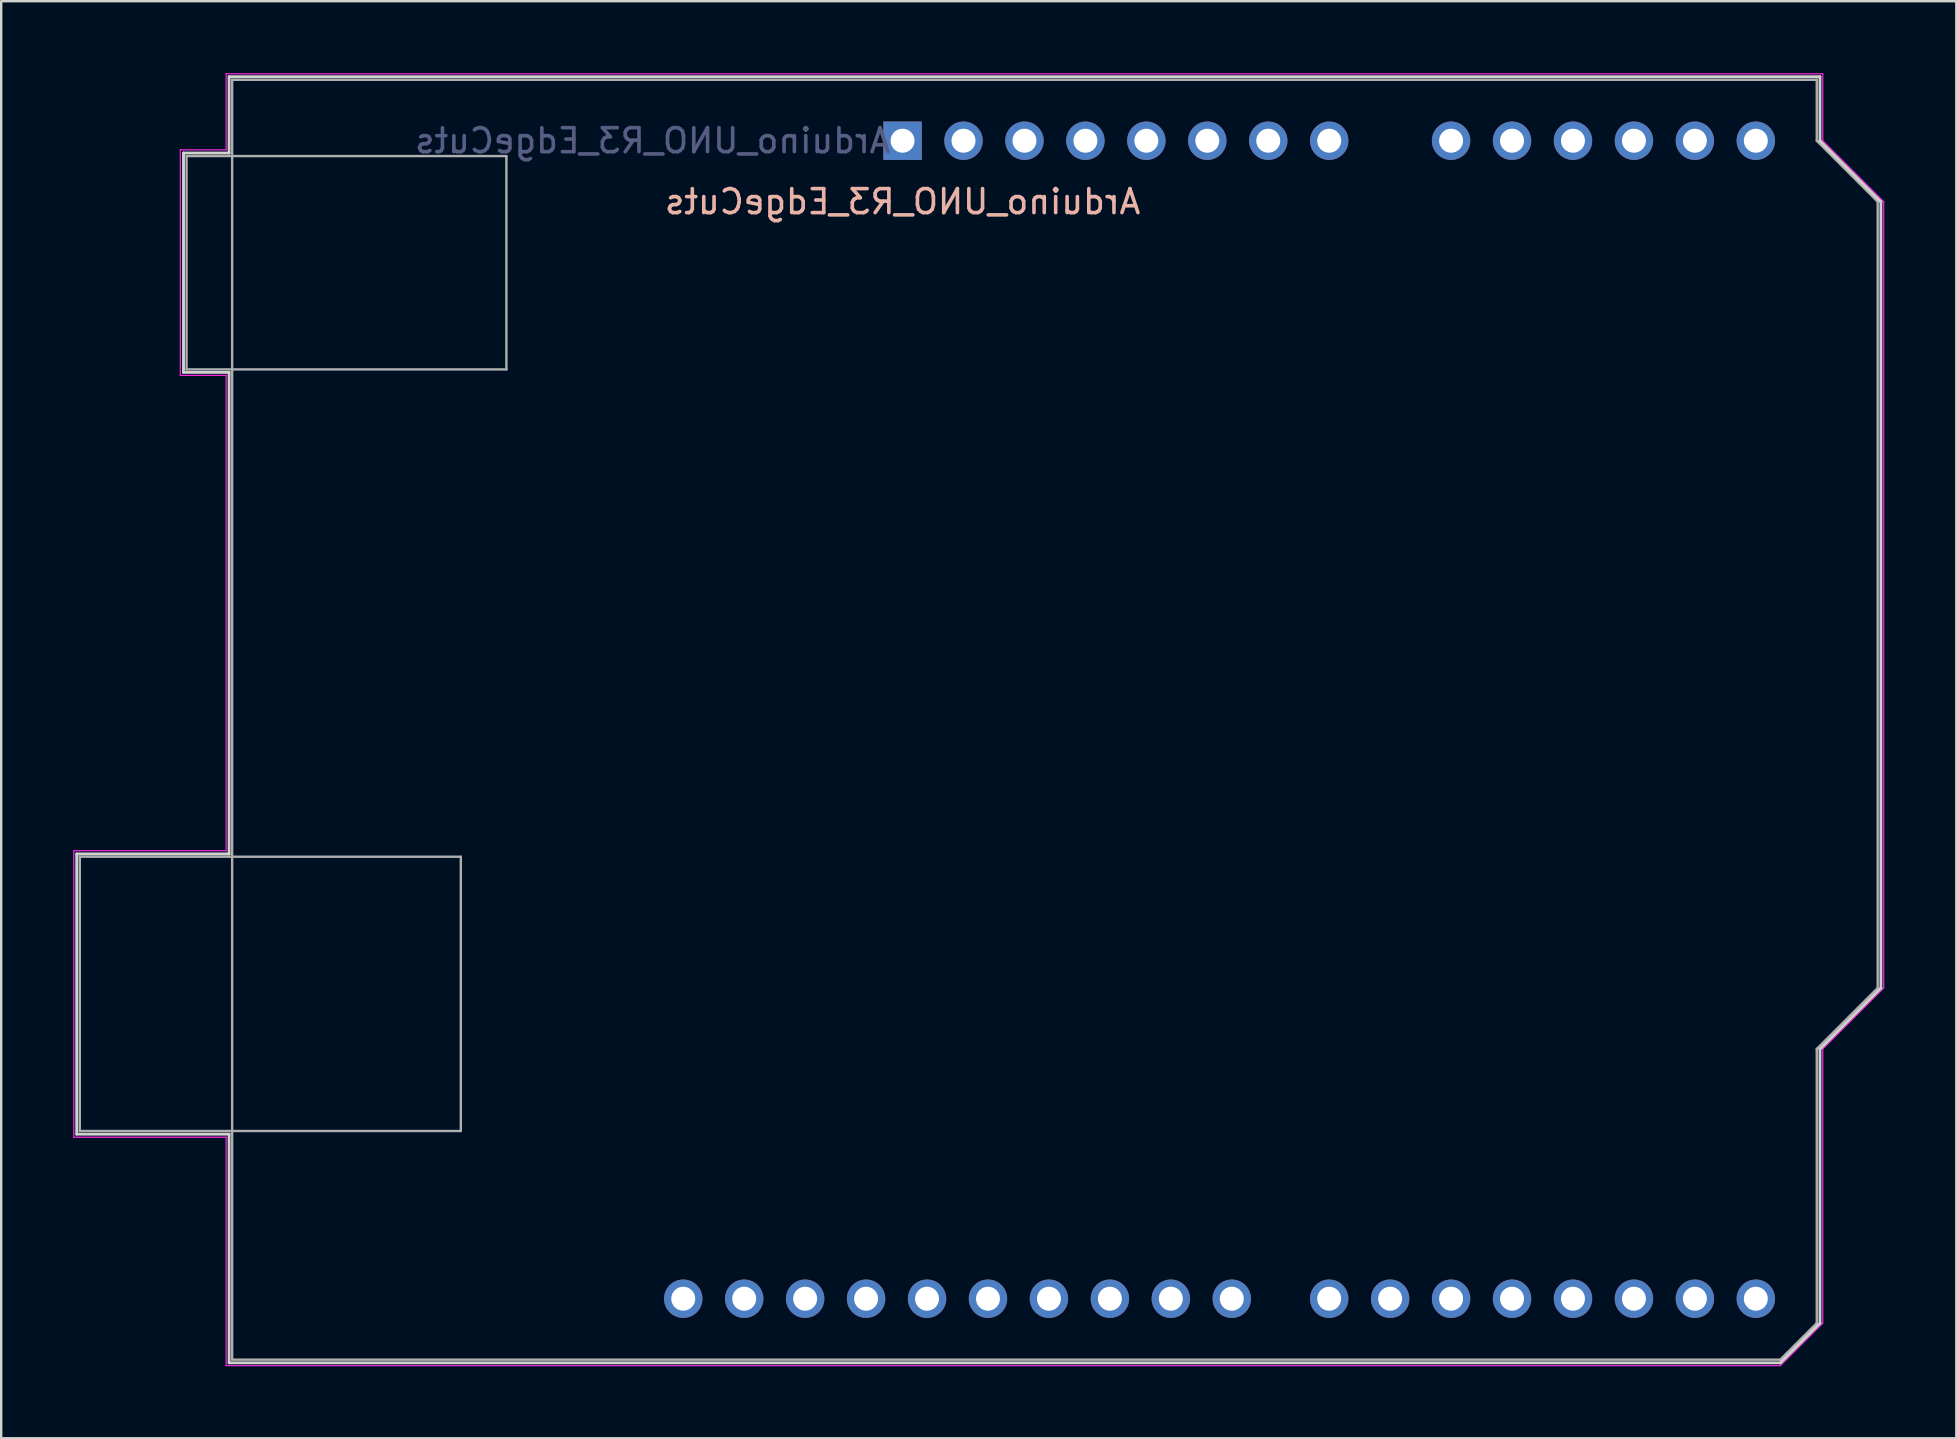
<source format=kicad_pcb>
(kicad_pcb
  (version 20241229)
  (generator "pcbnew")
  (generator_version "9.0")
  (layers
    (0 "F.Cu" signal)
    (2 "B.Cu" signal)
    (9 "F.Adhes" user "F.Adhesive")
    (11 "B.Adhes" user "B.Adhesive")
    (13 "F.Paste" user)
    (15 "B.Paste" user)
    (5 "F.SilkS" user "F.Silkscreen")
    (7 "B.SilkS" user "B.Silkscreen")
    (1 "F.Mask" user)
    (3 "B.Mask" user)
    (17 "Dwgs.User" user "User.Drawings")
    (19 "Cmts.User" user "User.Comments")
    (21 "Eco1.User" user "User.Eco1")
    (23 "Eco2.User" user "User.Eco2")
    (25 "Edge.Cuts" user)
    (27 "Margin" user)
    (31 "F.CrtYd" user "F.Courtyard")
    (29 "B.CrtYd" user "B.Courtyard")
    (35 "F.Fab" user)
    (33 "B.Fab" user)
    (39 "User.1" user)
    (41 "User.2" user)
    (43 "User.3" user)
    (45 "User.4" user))
  (footprint "Arduino_UNO_R3_EdgeCuts"
    (layer "F.Cu")
    (at 34.565 2.815)
    (property "Reference" "Arduino_UNO_R3_EdgeCuts" (at 0 2.54 180) (layer "B.SilkS") (effects (font (size 1 1) (thickness 0.15)) (justify mirror)))
    (attr through_hole)
    (fp_line (start -34.417 29.723) (end -34.417 41.403) (stroke (width 0.12) (type solid)) (layer "Edge.Cuts"))
    (fp_line (start -34.417 41.403) (end -28.067 41.403) (stroke (width 0.12) (type solid)) (layer "Edge.Cuts"))
    (fp_line (start -29.967 0.513) (end -29.967 9.653) (stroke (width 0.12) (type solid)) (layer "Edge.Cuts"))
    (fp_line (start -29.967 9.653) (end -28.067 9.653) (stroke (width 0.12) (type solid)) (layer "Edge.Cuts"))
    (fp_line (start -28.067 -2.667) (end -28.067 0.513) (stroke (width 0.12) (type solid)) (layer "Edge.Cuts"))
    (fp_line (start -28.067 0.513) (end -29.967 0.513) (stroke (width 0.12) (type solid)) (layer "Edge.Cuts"))
    (fp_line (start -28.067 9.653) (end -28.067 29.723) (stroke (width 0.12) (type solid)) (layer "Edge.Cuts"))
    (fp_line (start -28.067 29.723) (end -34.417 29.723) (stroke (width 0.12) (type solid)) (layer "Edge.Cuts"))
    (fp_line (start -28.067 41.403) (end -28.067 50.933) (stroke (width 0.12) (type solid)) (layer "Edge.Cuts"))
    (fp_line (start -28.067 50.933) (end 36.583 50.933) (stroke (width 0.12) (type solid)) (layer "Edge.Cuts"))
    (fp_line (start 36.583 50.933) (end 38.233 49.283) (stroke (width 0.12) (type solid)) (layer "Edge.Cuts"))
    (fp_line (start 38.233 -2.667) (end -28.067 -2.667) (stroke (width 0.12) (type solid)) (layer "Edge.Cuts"))
    (fp_line (start 38.233 0.003) (end 38.233 -2.667) (stroke (width 0.12) (type solid)) (layer "Edge.Cuts"))
    (fp_line (start 38.233 37.853) (end 40.773 35.313) (stroke (width 0.12) (type solid)) (layer "Edge.Cuts"))
    (fp_line (start 38.233 49.283) (end 38.233 37.853) (stroke (width 0.12) (type solid)) (layer "Edge.Cuts"))
    (fp_line (start 40.773 2.543) (end 38.233 0.003) (stroke (width 0.12) (type solid)) (layer "Edge.Cuts"))
    (fp_line (start 40.773 35.313) (end 40.773 2.543) (stroke (width 0.12) (type solid)) (layer "Edge.Cuts"))
    (fp_line (start -34.54 29.59) (end -28.19 29.59) (stroke (width 0.05) (type solid)) (layer "F.CrtYd"))
    (fp_line (start -34.54 41.53) (end -34.54 29.59) (stroke (width 0.05) (type solid)) (layer "F.CrtYd"))
    (fp_line (start -30.1 0.38) (end -28.19 0.38) (stroke (width 0.05) (type solid)) (layer "F.CrtYd"))
    (fp_line (start -30.1 9.78) (end -30.1 0.38) (stroke (width 0.05) (type solid)) (layer "F.CrtYd"))
    (fp_line (start -28.19 -2.79) (end 38.35 -2.79) (stroke (width 0.05) (type solid)) (layer "F.CrtYd"))
    (fp_line (start -28.19 0.38) (end -28.19 -2.79) (stroke (width 0.05) (type solid)) (layer "F.CrtYd"))
    (fp_line (start -28.19 9.78) (end -30.1 9.78) (stroke (width 0.05) (type solid)) (layer "F.CrtYd"))
    (fp_line (start -28.19 29.59) (end -28.19 9.78) (stroke (width 0.05) (type solid)) (layer "F.CrtYd"))
    (fp_line (start -28.19 41.53) (end -34.54 41.53) (stroke (width 0.05) (type solid)) (layer "F.CrtYd"))
    (fp_line (start -28.19 51.05) (end -28.19 41.53) (stroke (width 0.05) (type solid)) (layer "F.CrtYd"))
    (fp_line (start 36.58 51.05) (end -28.19 51.05) (stroke (width 0.05) (type solid)) (layer "F.CrtYd"))
    (fp_line (start 38.35 -2.79) (end 38.35 0) (stroke (width 0.05) (type solid)) (layer "F.CrtYd"))
    (fp_line (start 38.35 0) (end 40.89 2.54) (stroke (width 0.05) (type solid)) (layer "F.CrtYd"))
    (fp_line (start 38.35 37.85) (end 38.35 49.28) (stroke (width 0.05) (type solid)) (layer "F.CrtYd"))
    (fp_line (start 38.35 49.28) (end 36.58 51.05) (stroke (width 0.05) (type solid)) (layer "F.CrtYd"))
    (fp_line (start 40.89 2.54) (end 40.89 35.31) (stroke (width 0.05) (type solid)) (layer "F.CrtYd"))
    (fp_line (start 40.89 35.31) (end 38.35 37.85) (stroke (width 0.05) (type solid)) (layer "F.CrtYd"))
    (fp_line (start -34.29 29.84) (end -18.41 29.84) (stroke (width 0.1) (type solid)) (layer "F.Fab"))
    (fp_line (start -34.29 41.27) (end -34.29 29.84) (stroke (width 0.1) (type solid)) (layer "F.Fab"))
    (fp_line (start -29.84 0.64) (end -16.51 0.64) (stroke (width 0.1) (type solid)) (layer "F.Fab"))
    (fp_line (start -29.84 9.53) (end -29.84 0.64) (stroke (width 0.1) (type solid)) (layer "F.Fab"))
    (fp_line (start -27.94 -2.54) (end 38.1 -2.54) (stroke (width 0.1) (type solid)) (layer "F.Fab"))
    (fp_line (start -27.94 50.8) (end -27.94 -2.54) (stroke (width 0.1) (type solid)) (layer "F.Fab"))
    (fp_line (start -18.41 29.84) (end -18.41 41.27) (stroke (width 0.1) (type solid)) (layer "F.Fab"))
    (fp_line (start -18.41 41.27) (end -34.29 41.27) (stroke (width 0.1) (type solid)) (layer "F.Fab"))
    (fp_line (start -16.51 0.64) (end -16.51 9.53) (stroke (width 0.1) (type solid)) (layer "F.Fab"))
    (fp_line (start -16.51 9.53) (end -29.84 9.53) (stroke (width 0.1) (type solid)) (layer "F.Fab"))
    (fp_line (start 36.58 50.8) (end -27.94 50.8) (stroke (width 0.1) (type solid)) (layer "F.Fab"))
    (fp_line (start 38.1 -2.54) (end 38.1 0) (stroke (width 0.1) (type solid)) (layer "F.Fab"))
    (fp_line (start 38.1 0) (end 40.64 2.54) (stroke (width 0.1) (type solid)) (layer "F.Fab"))
    (fp_line (start 38.1 37.85) (end 38.1 49.28) (stroke (width 0.1) (type solid)) (layer "F.Fab"))
    (fp_line (start 38.1 49.28) (end 36.58 50.8) (stroke (width 0.1) (type solid)) (layer "F.Fab"))
    (fp_line (start 40.64 2.54) (end 40.64 35.31) (stroke (width 0.1) (type solid)) (layer "F.Fab"))
    (fp_line (start 40.64 35.31) (end 38.1 37.85) (stroke (width 0.1) (type solid)) (layer "F.Fab"))
    (fp_text user "${REFERENCE}" (at -10.414 0 180) (layer "B.Fab") (effects (font (size 1 1) (thickness 0.15)) (justify mirror)))
    (pad "1" thru_hole rect (at 0 0 90) (size 1.6 1.6) (drill 1) (layers "*.Cu" "*.Mask"))
    (pad "2" thru_hole oval (at 2.54 0 90) (size 1.6 1.6) (drill 1) (layers "*.Cu" "*.Mask"))
    (pad "3" thru_hole oval (at 5.08 0 90) (size 1.6 1.6) (drill 1) (layers "*.Cu" "*.Mask"))
    (pad "4" thru_hole oval (at 7.62 0 90) (size 1.6 1.6) (drill 1) (layers "*.Cu" "*.Mask"))
    (pad "5" thru_hole oval (at 10.16 0 90) (size 1.6 1.6) (drill 1) (layers "*.Cu" "*.Mask"))
    (pad "6" thru_hole oval (at 12.7 0 90) (size 1.6 1.6) (drill 1) (layers "*.Cu" "*.Mask"))
    (pad "7" thru_hole oval (at 15.24 0 90) (size 1.6 1.6) (drill 1) (layers "*.Cu" "*.Mask"))
    (pad "8" thru_hole oval (at 17.78 0 90) (size 1.6 1.6) (drill 1) (layers "*.Cu" "*.Mask"))
    (pad "9" thru_hole oval (at 22.86 0 90) (size 1.6 1.6) (drill 1) (layers "*.Cu" "*.Mask"))
    (pad "10" thru_hole oval (at 25.4 0 90) (size 1.6 1.6) (drill 1) (layers "*.Cu" "*.Mask"))
    (pad "11" thru_hole oval (at 27.94 0 90) (size 1.6 1.6) (drill 1) (layers "*.Cu" "*.Mask"))
    (pad "12" thru_hole oval (at 30.48 0 90) (size 1.6 1.6) (drill 1) (layers "*.Cu" "*.Mask"))
    (pad "13" thru_hole oval (at 33.02 0 90) (size 1.6 1.6) (drill 1) (layers "*.Cu" "*.Mask"))
    (pad "14" thru_hole oval (at 35.56 0 90) (size 1.6 1.6) (drill 1) (layers "*.Cu" "*.Mask"))
    (pad "15" thru_hole oval (at 35.56 48.26 90) (size 1.6 1.6) (drill 1) (layers "*.Cu" "*.Mask"))
    (pad "16" thru_hole oval (at 33.02 48.26 90) (size 1.6 1.6) (drill 1) (layers "*.Cu" "*.Mask"))
    (pad "17" thru_hole oval (at 30.48 48.26 90) (size 1.6 1.6) (drill 1) (layers "*.Cu" "*.Mask"))
    (pad "18" thru_hole oval (at 27.94 48.26 90) (size 1.6 1.6) (drill 1) (layers "*.Cu" "*.Mask"))
    (pad "19" thru_hole oval (at 25.4 48.26 90) (size 1.6 1.6) (drill 1) (layers "*.Cu" "*.Mask"))
    (pad "20" thru_hole oval (at 22.86 48.26 90) (size 1.6 1.6) (drill 1) (layers "*.Cu" "*.Mask"))
    (pad "21" thru_hole oval (at 20.32 48.26 90) (size 1.6 1.6) (drill 1) (layers "*.Cu" "*.Mask"))
    (pad "22" thru_hole oval (at 17.78 48.26 90) (size 1.6 1.6) (drill 1) (layers "*.Cu" "*.Mask"))
    (pad "23" thru_hole oval (at 13.72 48.26 90) (size 1.6 1.6) (drill 1) (layers "*.Cu" "*.Mask"))
    (pad "24" thru_hole oval (at 11.18 48.26 90) (size 1.6 1.6) (drill 1) (layers "*.Cu" "*.Mask"))
    (pad "25" thru_hole oval (at 8.64 48.26 90) (size 1.6 1.6) (drill 1) (layers "*.Cu" "*.Mask"))
    (pad "26" thru_hole oval (at 6.1 48.26 90) (size 1.6 1.6) (drill 1) (layers "*.Cu" "*.Mask"))
    (pad "27" thru_hole oval (at 3.56 48.26 90) (size 1.6 1.6) (drill 1) (layers "*.Cu" "*.Mask"))
    (pad "28" thru_hole oval (at 1.02 48.26 90) (size 1.6 1.6) (drill 1) (layers "*.Cu" "*.Mask"))
    (pad "29" thru_hole oval (at -1.52 48.26 90) (size 1.6 1.6) (drill 1) (layers "*.Cu" "*.Mask"))
    (pad "30" thru_hole oval (at -4.06 48.26 90) (size 1.6 1.6) (drill 1) (layers "*.Cu" "*.Mask"))
    (pad "31" thru_hole oval (at -6.6 48.26 90) (size 1.6 1.6) (drill 1) (layers "*.Cu" "*.Mask"))
    (pad "32" thru_hole oval (at -9.14 48.26 90) (size 1.6 1.6) (drill 1) (layers "*.Cu" "*.Mask")))
  (gr_rect
    (start -3 -3)
    (end 78.48 56.89)
    (stroke (width 0.1) (type default))
    (fill no)
    (layer "Edge.Cuts")))
</source>
